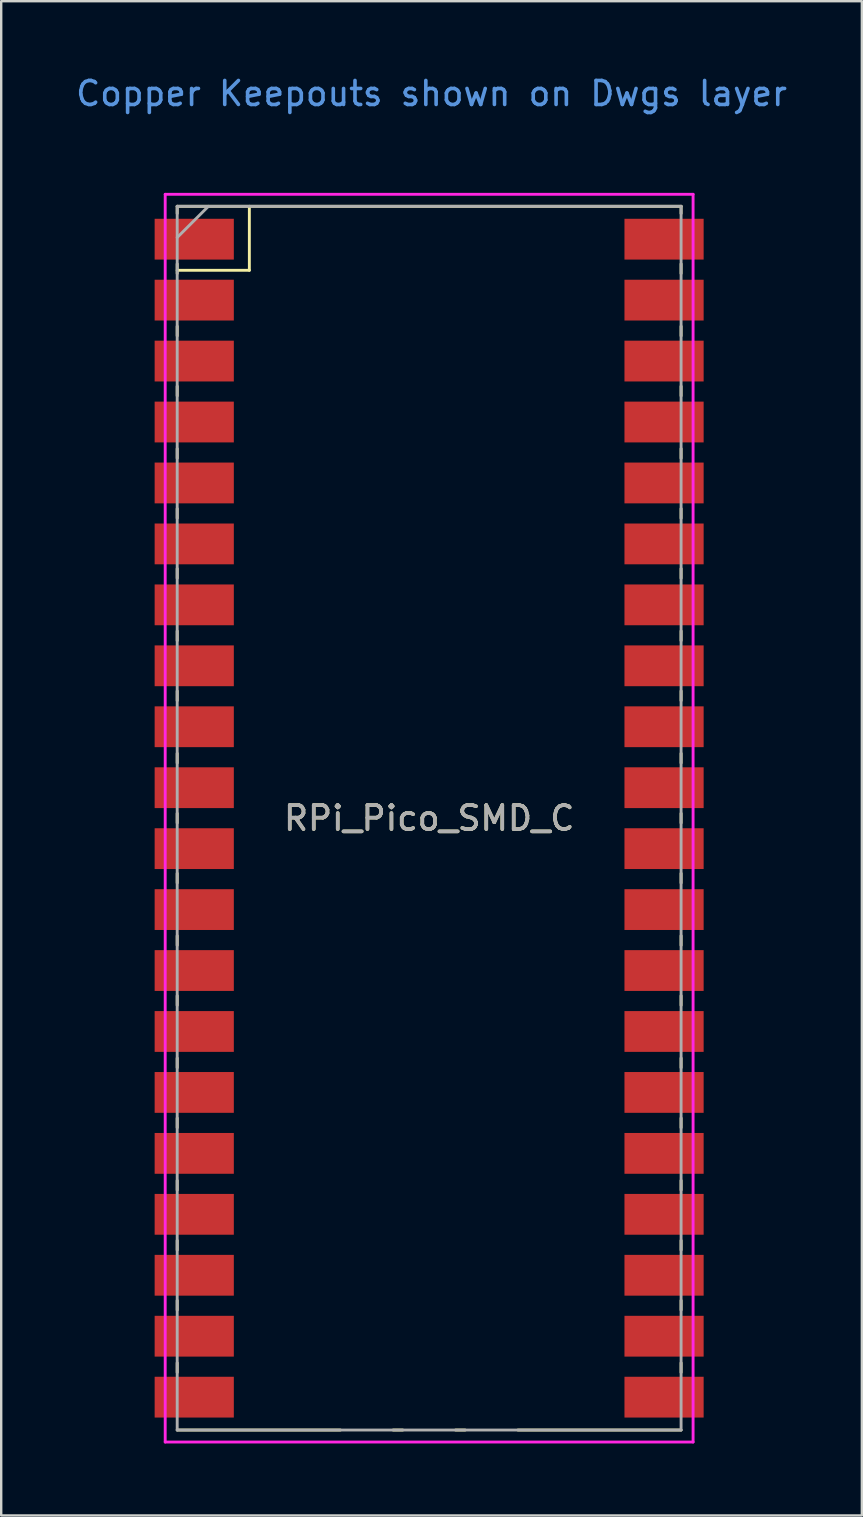
<source format=kicad_pcb>
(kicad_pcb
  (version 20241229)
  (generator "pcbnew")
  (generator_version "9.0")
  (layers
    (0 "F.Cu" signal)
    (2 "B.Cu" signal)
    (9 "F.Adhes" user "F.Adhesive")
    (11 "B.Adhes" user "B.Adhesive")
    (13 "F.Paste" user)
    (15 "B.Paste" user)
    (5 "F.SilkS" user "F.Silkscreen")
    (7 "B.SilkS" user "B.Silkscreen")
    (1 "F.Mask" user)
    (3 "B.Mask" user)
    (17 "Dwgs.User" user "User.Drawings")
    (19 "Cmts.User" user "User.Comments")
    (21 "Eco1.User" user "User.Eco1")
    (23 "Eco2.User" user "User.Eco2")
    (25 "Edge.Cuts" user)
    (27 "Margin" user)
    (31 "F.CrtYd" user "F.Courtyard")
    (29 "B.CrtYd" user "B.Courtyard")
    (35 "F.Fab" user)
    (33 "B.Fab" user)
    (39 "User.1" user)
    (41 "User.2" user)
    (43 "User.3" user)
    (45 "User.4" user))
  (footprint "RPi_Pico_SMD_C"
    (layer "F.Cu")
    (at 14.835 31.048)
    (property "Reference" "RPi_Pico_SMD_C" (at 0 0 0) (layer "F.SilkS") (effects (font (size 1 1) (thickness 0.15))))
    (attr smd)
    (fp_line (start -10.5 -25.5) (end -10.5 -25.2) (stroke (width 0.12) (type solid)) (layer "F.SilkS"))
    (fp_line (start -10.5 -25.5) (end 10.5 -25.5) (stroke (width 0.12) (type solid)) (layer "F.SilkS"))
    (fp_line (start -10.5 -23.1) (end -10.5 -22.7) (stroke (width 0.12) (type solid)) (layer "F.SilkS"))
    (fp_line (start -10.5 -22.833) (end -7.493 -22.833) (stroke (width 0.12) (type solid)) (layer "F.SilkS"))
    (fp_line (start -10.5 -20.5) (end -10.5 -20.1) (stroke (width 0.12) (type solid)) (layer "F.SilkS"))
    (fp_line (start -10.5 -18) (end -10.5 -17.6) (stroke (width 0.12) (type solid)) (layer "F.SilkS"))
    (fp_line (start -10.5 -15.4) (end -10.5 -15) (stroke (width 0.12) (type solid)) (layer "F.SilkS"))
    (fp_line (start -10.5 -12.9) (end -10.5 -12.5) (stroke (width 0.12) (type solid)) (layer "F.SilkS"))
    (fp_line (start -10.5 -10.4) (end -10.5 -10) (stroke (width 0.12) (type solid)) (layer "F.SilkS"))
    (fp_line (start -10.5 -7.8) (end -10.5 -7.4) (stroke (width 0.12) (type solid)) (layer "F.SilkS"))
    (fp_line (start -10.5 -5.3) (end -10.5 -4.9) (stroke (width 0.12) (type solid)) (layer "F.SilkS"))
    (fp_line (start -10.5 -2.7) (end -10.5 -2.3) (stroke (width 0.12) (type solid)) (layer "F.SilkS"))
    (fp_line (start -10.5 -0.2) (end -10.5 0.2) (stroke (width 0.12) (type solid)) (layer "F.SilkS"))
    (fp_line (start -10.5 2.3) (end -10.5 2.7) (stroke (width 0.12) (type solid)) (layer "F.SilkS"))
    (fp_line (start -10.5 4.9) (end -10.5 5.3) (stroke (width 0.12) (type solid)) (layer "F.SilkS"))
    (fp_line (start -10.5 7.4) (end -10.5 7.8) (stroke (width 0.12) (type solid)) (layer "F.SilkS"))
    (fp_line (start -10.5 10) (end -10.5 10.4) (stroke (width 0.12) (type solid)) (layer "F.SilkS"))
    (fp_line (start -10.5 12.5) (end -10.5 12.9) (stroke (width 0.12) (type solid)) (layer "F.SilkS"))
    (fp_line (start -10.5 15.1) (end -10.5 15.5) (stroke (width 0.12) (type solid)) (layer "F.SilkS"))
    (fp_line (start -10.5 17.6) (end -10.5 18) (stroke (width 0.12) (type solid)) (layer "F.SilkS"))
    (fp_line (start -10.5 20.1) (end -10.5 20.5) (stroke (width 0.12) (type solid)) (layer "F.SilkS"))
    (fp_line (start -10.5 22.7) (end -10.5 23.1) (stroke (width 0.12) (type solid)) (layer "F.SilkS"))
    (fp_line (start -7.493 -22.833) (end -7.493 -25.5) (stroke (width 0.12) (type solid)) (layer "F.SilkS"))
    (fp_line (start -3.7 25.5) (end -10.5 25.5) (stroke (width 0.12) (type solid)) (layer "F.SilkS"))
    (fp_line (start -1.5 25.5) (end -1.1 25.5) (stroke (width 0.12) (type solid)) (layer "F.SilkS"))
    (fp_line (start 1.1 25.5) (end 1.5 25.5) (stroke (width 0.12) (type solid)) (layer "F.SilkS"))
    (fp_line (start 10.5 -25.5) (end 10.5 -25.2) (stroke (width 0.12) (type solid)) (layer "F.SilkS"))
    (fp_line (start 10.5 -23.1) (end 10.5 -22.7) (stroke (width 0.12) (type solid)) (layer "F.SilkS"))
    (fp_line (start 10.5 -20.5) (end 10.5 -20.1) (stroke (width 0.12) (type solid)) (layer "F.SilkS"))
    (fp_line (start 10.5 -18) (end 10.5 -17.6) (stroke (width 0.12) (type solid)) (layer "F.SilkS"))
    (fp_line (start 10.5 -15.4) (end 10.5 -15) (stroke (width 0.12) (type solid)) (layer "F.SilkS"))
    (fp_line (start 10.5 -12.9) (end 10.5 -12.5) (stroke (width 0.12) (type solid)) (layer "F.SilkS"))
    (fp_line (start 10.5 -10.4) (end 10.5 -10) (stroke (width 0.12) (type solid)) (layer "F.SilkS"))
    (fp_line (start 10.5 -7.8) (end 10.5 -7.4) (stroke (width 0.12) (type solid)) (layer "F.SilkS"))
    (fp_line (start 10.5 -5.3) (end 10.5 -4.9) (stroke (width 0.12) (type solid)) (layer "F.SilkS"))
    (fp_line (start 10.5 -2.7) (end 10.5 -2.3) (stroke (width 0.12) (type solid)) (layer "F.SilkS"))
    (fp_line (start 10.5 -0.2) (end 10.5 0.2) (stroke (width 0.12) (type solid)) (layer "F.SilkS"))
    (fp_line (start 10.5 2.3) (end 10.5 2.7) (stroke (width 0.12) (type solid)) (layer "F.SilkS"))
    (fp_line (start 10.5 4.9) (end 10.5 5.3) (stroke (width 0.12) (type solid)) (layer "F.SilkS"))
    (fp_line (start 10.5 7.4) (end 10.5 7.8) (stroke (width 0.12) (type solid)) (layer "F.SilkS"))
    (fp_line (start 10.5 10) (end 10.5 10.4) (stroke (width 0.12) (type solid)) (layer "F.SilkS"))
    (fp_line (start 10.5 12.5) (end 10.5 12.9) (stroke (width 0.12) (type solid)) (layer "F.SilkS"))
    (fp_line (start 10.5 15.1) (end 10.5 15.5) (stroke (width 0.12) (type solid)) (layer "F.SilkS"))
    (fp_line (start 10.5 17.6) (end 10.5 18) (stroke (width 0.12) (type solid)) (layer "F.SilkS"))
    (fp_line (start 10.5 20.1) (end 10.5 20.5) (stroke (width 0.12) (type solid)) (layer "F.SilkS"))
    (fp_line (start 10.5 22.7) (end 10.5 23.1) (stroke (width 0.12) (type solid)) (layer "F.SilkS"))
    (fp_line (start 10.5 25.5) (end 3.7 25.5) (stroke (width 0.12) (type solid)) (layer "F.SilkS"))
    (fp_line (start -11 -26) (end 11 -26) (stroke (width 0.12) (type solid)) (layer "F.CrtYd"))
    (fp_line (start -11 26) (end -11 -26) (stroke (width 0.12) (type solid)) (layer "F.CrtYd"))
    (fp_line (start 11 -26) (end 11 26) (stroke (width 0.12) (type solid)) (layer "F.CrtYd"))
    (fp_line (start 11 26) (end -11 26) (stroke (width 0.12) (type solid)) (layer "F.CrtYd"))
    (fp_line (start -10.5 -25.5) (end 10.5 -25.5) (stroke (width 0.12) (type solid)) (layer "F.Fab"))
    (fp_line (start -10.5 -24.2) (end -9.2 -25.5) (stroke (width 0.12) (type solid)) (layer "F.Fab"))
    (fp_line (start -10.5 25.5) (end -10.5 -25.5) (stroke (width 0.12) (type solid)) (layer "F.Fab"))
    (fp_line (start 10.5 -25.5) (end 10.5 25.5) (stroke (width 0.12) (type solid)) (layer "F.Fab"))
    (fp_line (start 10.5 25.5) (end -10.5 25.5) (stroke (width 0.12) (type solid)) (layer "F.Fab"))
    (fp_text user "Copper Keepouts shown on Dwgs layer" (at 0.1 -30.2 0) (layer "Cmts.User") (effects (font (size 1 1) (thickness 0.15))))
    (fp_text user "${REFERENCE}" (at 0 0 180) (layer "F.Fab") (effects (font (size 1 1) (thickness 0.15))))
    (pad "1" smd rect (at -8.89 -24.13) (size 3.3 1.7) (drill (offset -0.9 0)) (layers "F.Cu" "F.Mask"))
    (pad "2" smd rect (at -8.89 -21.59) (size 3.3 1.7) (drill (offset -0.9 0)) (layers "F.Cu" "F.Mask"))
    (pad "3" smd rect (at -8.89 -19.05) (size 3.3 1.7) (drill (offset -0.9 0)) (layers "F.Cu" "F.Mask"))
    (pad "4" smd rect (at -8.89 -16.51) (size 3.3 1.7) (drill (offset -0.9 0)) (layers "F.Cu" "F.Mask"))
    (pad "5" smd rect (at -8.89 -13.97) (size 3.3 1.7) (drill (offset -0.9 0)) (layers "F.Cu" "F.Mask"))
    (pad "6" smd rect (at -8.89 -11.43) (size 3.3 1.7) (drill (offset -0.9 0)) (layers "F.Cu" "F.Mask"))
    (pad "7" smd rect (at -8.89 -8.89) (size 3.3 1.7) (drill (offset -0.9 0)) (layers "F.Cu" "F.Mask"))
    (pad "8" smd rect (at -8.89 -6.35) (size 3.3 1.7) (drill (offset -0.9 0)) (layers "F.Cu" "F.Mask"))
    (pad "9" smd rect (at -8.89 -3.81) (size 3.3 1.7) (drill (offset -0.9 0)) (layers "F.Cu" "F.Mask"))
    (pad "10" smd rect (at -8.89 -1.27) (size 3.3 1.7) (drill (offset -0.9 0)) (layers "F.Cu" "F.Mask"))
    (pad "11" smd rect (at -8.89 1.27) (size 3.3 1.7) (drill (offset -0.9 0)) (layers "F.Cu" "F.Mask"))
    (pad "12" smd rect (at -8.89 3.81) (size 3.3 1.7) (drill (offset -0.9 0)) (layers "F.Cu" "F.Mask"))
    (pad "13" smd rect (at -8.89 6.35) (size 3.3 1.7) (drill (offset -0.9 0)) (layers "F.Cu" "F.Mask"))
    (pad "14" smd rect (at -8.89 8.89) (size 3.3 1.7) (drill (offset -0.9 0)) (layers "F.Cu" "F.Mask"))
    (pad "15" smd rect (at -8.89 11.43) (size 3.3 1.7) (drill (offset -0.9 0)) (layers "F.Cu" "F.Mask"))
    (pad "16" smd rect (at -8.89 13.97) (size 3.3 1.7) (drill (offset -0.9 0)) (layers "F.Cu" "F.Mask"))
    (pad "17" smd rect (at -8.89 16.51) (size 3.3 1.7) (drill (offset -0.9 0)) (layers "F.Cu" "F.Mask"))
    (pad "18" smd rect (at -8.89 19.05) (size 3.3 1.7) (drill (offset -0.9 0)) (layers "F.Cu" "F.Mask"))
    (pad "19" smd rect (at -8.89 21.59) (size 3.3 1.7) (drill (offset -0.9 0)) (layers "F.Cu" "F.Mask"))
    (pad "20" smd rect (at -8.89 24.13) (size 3.3 1.7) (drill (offset -0.9 0)) (layers "F.Cu" "F.Mask"))
    (pad "21" smd rect (at 8.89 24.13) (size 3.3 1.7) (drill (offset 0.9 0)) (layers "F.Cu" "F.Mask"))
    (pad "22" smd rect (at 8.89 21.59) (size 3.3 1.7) (drill (offset 0.9 0)) (layers "F.Cu" "F.Mask"))
    (pad "23" smd rect (at 8.89 19.05) (size 3.3 1.7) (drill (offset 0.9 0)) (layers "F.Cu" "F.Mask"))
    (pad "24" smd rect (at 8.89 16.51) (size 3.3 1.7) (drill (offset 0.9 0)) (layers "F.Cu" "F.Mask"))
    (pad "25" smd rect (at 8.89 13.97) (size 3.3 1.7) (drill (offset 0.9 0)) (layers "F.Cu" "F.Mask"))
    (pad "26" smd rect (at 8.89 11.43) (size 3.3 1.7) (drill (offset 0.9 0)) (layers "F.Cu" "F.Mask"))
    (pad "27" smd rect (at 8.89 8.89) (size 3.3 1.7) (drill (offset 0.9 0)) (layers "F.Cu" "F.Mask"))
    (pad "28" smd rect (at 8.89 6.35) (size 3.3 1.7) (drill (offset 0.9 0)) (layers "F.Cu" "F.Mask"))
    (pad "29" smd rect (at 8.89 3.81) (size 3.3 1.7) (drill (offset 0.9 0)) (layers "F.Cu" "F.Mask"))
    (pad "30" smd rect (at 8.89 1.27) (size 3.3 1.7) (drill (offset 0.9 0)) (layers "F.Cu" "F.Mask"))
    (pad "31" smd rect (at 8.89 -1.27) (size 3.3 1.7) (drill (offset 0.9 0)) (layers "F.Cu" "F.Mask"))
    (pad "32" smd rect (at 8.89 -3.81) (size 3.3 1.7) (drill (offset 0.9 0)) (layers "F.Cu" "F.Mask"))
    (pad "33" smd rect (at 8.89 -6.35) (size 3.3 1.7) (drill (offset 0.9 0)) (layers "F.Cu" "F.Mask"))
    (pad "34" smd rect (at 8.89 -8.89) (size 3.3 1.7) (drill (offset 0.9 0)) (layers "F.Cu" "F.Mask"))
    (pad "35" smd rect (at 8.89 -11.43) (size 3.3 1.7) (drill (offset 0.9 0)) (layers "F.Cu" "F.Mask"))
    (pad "36" smd rect (at 8.89 -13.97) (size 3.3 1.7) (drill (offset 0.9 0)) (layers "F.Cu" "F.Mask"))
    (pad "37" smd rect (at 8.89 -16.51) (size 3.3 1.7) (drill (offset 0.9 0)) (layers "F.Cu" "F.Mask"))
    (pad "38" smd rect (at 8.89 -19.05) (size 3.3 1.7) (drill (offset 0.9 0)) (layers "F.Cu" "F.Mask"))
    (pad "39" smd rect (at 8.89 -21.59) (size 3.3 1.7) (drill (offset 0.9 0)) (layers "F.Cu" "F.Mask"))
    (pad "40" smd rect (at 8.89 -24.13) (size 3.3 1.7) (drill (offset 0.9 0)) (layers "F.Cu" "F.Mask")))
  (gr_rect
    (start -3 -3)
    (end 32.869 60.108)
    (stroke (width 0.1) (type default))
    (fill no)
    (layer "Edge.Cuts")))
</source>
